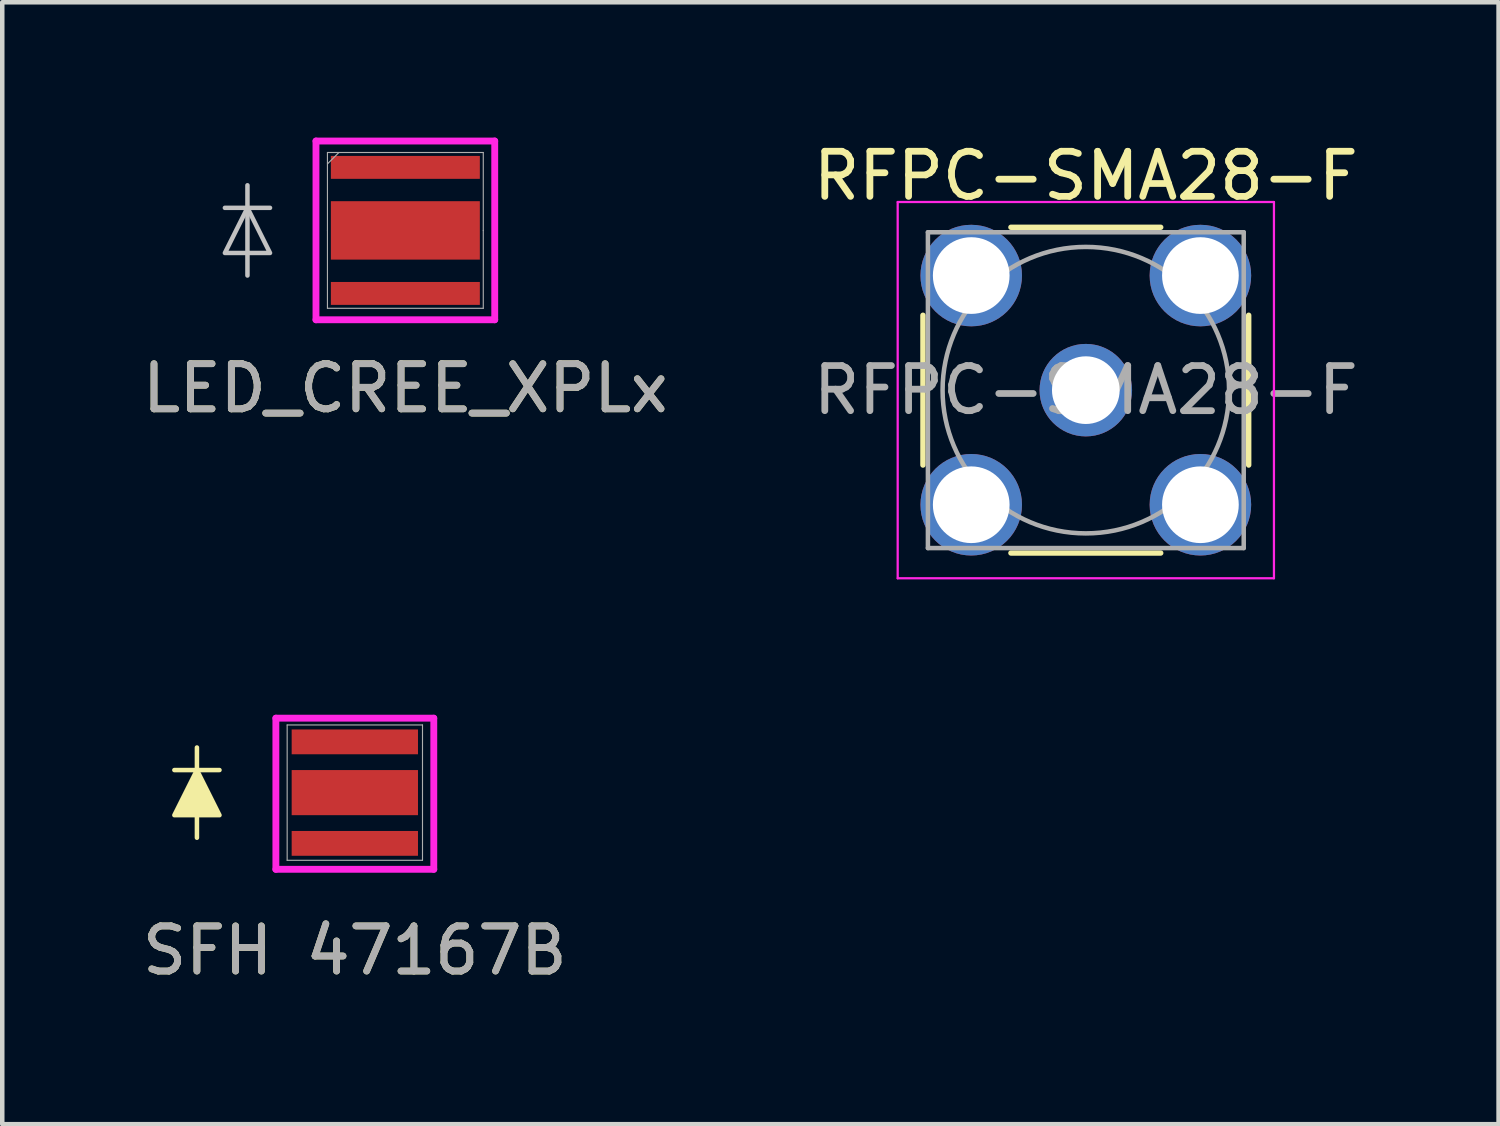
<source format=kicad_pcb>
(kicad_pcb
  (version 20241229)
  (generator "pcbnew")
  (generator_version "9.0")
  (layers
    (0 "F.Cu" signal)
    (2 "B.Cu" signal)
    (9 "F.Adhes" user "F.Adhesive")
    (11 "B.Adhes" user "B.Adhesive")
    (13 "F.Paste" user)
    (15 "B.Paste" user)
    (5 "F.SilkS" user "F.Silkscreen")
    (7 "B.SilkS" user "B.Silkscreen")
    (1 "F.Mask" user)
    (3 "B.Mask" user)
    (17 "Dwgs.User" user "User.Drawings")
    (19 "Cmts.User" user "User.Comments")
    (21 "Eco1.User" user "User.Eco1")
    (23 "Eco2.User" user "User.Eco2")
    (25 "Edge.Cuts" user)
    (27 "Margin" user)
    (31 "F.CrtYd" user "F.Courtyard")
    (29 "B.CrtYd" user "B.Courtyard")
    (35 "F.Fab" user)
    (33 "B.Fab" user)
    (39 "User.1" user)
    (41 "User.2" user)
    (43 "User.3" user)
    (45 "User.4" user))
  (footprint "RFPC-SMA28-F"
    (layer "F.Cu")
    (at 21.018 5.598)
    (property "Reference" "RFPC-SMA28-F" (at 0 -4.75 0) (layer "F.SilkS") (effects (font (size 1 1) (thickness 0.15))))
    (attr through_hole)
    (fp_line (start -3.61 -1.66) (end -3.61 1.66) (stroke (width 0.12) (type solid)) (layer "F.SilkS"))
    (fp_line (start -1.66 -3.61) (end 1.66 -3.61) (stroke (width 0.12) (type solid)) (layer "F.SilkS"))
    (fp_line (start -1.66 3.61) (end 1.66 3.61) (stroke (width 0.12) (type solid)) (layer "F.SilkS"))
    (fp_line (start 3.61 -1.66) (end 3.61 1.66) (stroke (width 0.12) (type solid)) (layer "F.SilkS"))
    (fp_line (start -4.17 -4.17) (end -4.17 4.17) (stroke (width 0.05) (type solid)) (layer "F.CrtYd"))
    (fp_line (start -4.17 -4.17) (end 4.17 -4.17) (stroke (width 0.05) (type solid)) (layer "F.CrtYd"))
    (fp_line (start 4.17 4.17) (end -4.17 4.17) (stroke (width 0.05) (type solid)) (layer "F.CrtYd"))
    (fp_line (start 4.17 4.17) (end 4.17 -4.17) (stroke (width 0.05) (type solid)) (layer "F.CrtYd"))
    (fp_line (start -3.5 -3.5) (end -3.5 3.5) (stroke (width 0.1) (type solid)) (layer "F.Fab"))
    (fp_line (start -3.5 -3.5) (end 3.5 -3.5) (stroke (width 0.1) (type solid)) (layer "F.Fab"))
    (fp_line (start -3.5 3.5) (end 3.5 3.5) (stroke (width 0.1) (type solid)) (layer "F.Fab"))
    (fp_line (start 3.5 -3.5) (end 3.5 3.5) (stroke (width 0.1) (type solid)) (layer "F.Fab"))
    (fp_circle (center 0 0) (end 3.175 0) (stroke (width 0.1) (type solid)) (fill no) (layer "F.Fab"))
    (fp_text user "${REFERENCE}" (at 0 0 0) (layer "F.Fab") (effects (font (size 1 1) (thickness 0.15))))
    (pad "1" thru_hole circle (at 0 0) (size 2.05 2.05) (drill 1.5) (layers "*.Cu" "*.Mask"))
    (pad "2" thru_hole circle (at -2.54 -2.54) (size 2.25 2.25) (drill 1.7) (layers "*.Cu" "*.Mask"))
    (pad "2" thru_hole circle (at -2.54 2.54) (size 2.25 2.25) (drill 1.7) (layers "*.Cu" "*.Mask"))
    (pad "2" thru_hole circle (at 2.54 -2.54) (size 2.25 2.25) (drill 1.7) (layers "*.Cu" "*.Mask"))
    (pad "2" thru_hole circle (at 2.54 2.54) (size 2.25 2.25) (drill 1.7) (layers "*.Cu" "*.Mask")))
  (footprint "SFH 47167B"
    (layer "F.Cu")
    (at 4.815 14.519)
    (property "Reference" "SFH 47167B" (at 0 3.5 0) (unlocked yes) (layer "F.SilkS") (effects (font (size 1 1) (thickness 0.15))))
    (attr smd)
    (fp_line (start -4 -0.5) (end -3 -0.5) (stroke (width 0.1) (type default)) (layer "F.SilkS"))
    (fp_line (start -3.5 -1) (end -3.5 1) (stroke (width 0.1) (type default)) (layer "F.SilkS"))
    (fp_poly (pts (xy -4 0.5) (xy -3.5 -0.5) (xy -3 0.5)) (stroke (width 0.1) (type solid)) (fill yes) (layer "F.SilkS"))
    (fp_line (start -1.75 -1.65) (end 1.75 -1.65) (stroke (width 0.152) (type solid)) (layer "F.CrtYd"))
    (fp_line (start -1.75 1.7) (end -1.75 -1.65) (stroke (width 0.152) (type solid)) (layer "F.CrtYd"))
    (fp_line (start 1.75 -1.65) (end 1.75 1.7) (stroke (width 0.152) (type solid)) (layer "F.CrtYd"))
    (fp_line (start 1.75 1.7) (end -1.75 1.7) (stroke (width 0.152) (type solid)) (layer "F.CrtYd"))
    (fp_line (start -1.5 -1.5) (end 1.5 -1.5) (stroke (width 0.025) (type solid)) (layer "F.Fab"))
    (fp_line (start -1.5 1.5) (end -1.5 -1.5) (stroke (width 0.025) (type solid)) (layer "F.Fab"))
    (fp_line (start -1.5 1.5) (end 1.5 1.5) (stroke (width 0.025) (type solid)) (layer "F.Fab"))
    (fp_line (start 1.5 1.5) (end 1.5 -1.5) (stroke (width 0.025) (type solid)) (layer "F.Fab"))
    (fp_text user "${REFERENCE}" (at 0 3.5 0) (unlocked yes) (layer "F.Fab") (effects (font (size 1 1) (thickness 0.15))))
    (pad "1" smd rect (at 0 -1.125) (size 2.8 0.55) (layers "F.Cu" "F.Mask" "F.Paste"))
    (pad "2" smd rect (at 0 0) (size 2.8 1) (layers "F.Cu" "F.Mask" "F.Paste"))
    (pad "3" smd rect (at 0 1.125) (size 2.8 0.55) (layers "F.Cu" "F.Mask" "F.Paste")))
  (footprint "LED_CREE_XPLx"
    (layer "F.Cu")
    (at 5.935 2.057)
    (property "Reference" "LED_CREE_XPLx" (at 0 3.5 0) (unlocked yes) (layer "F.SilkS") (effects (font (size 1 1) (thickness 0.15))))
    (attr smd)
    (fp_line (start -4 -0.5) (end -3 -0.5) (stroke (width 0.1) (type default)) (layer "Dwgs.User"))
    (fp_line (start -3.5 -1) (end -3.5 1) (stroke (width 0.1) (type default)) (layer "Dwgs.User"))
    (fp_poly (pts (xy -4 0.5) (xy -3.5 -0.5) (xy -3 0.5)) (stroke (width 0.1) (type solid)) (fill no) (layer "Dwgs.User"))
    (fp_line (start -1.981 -1.981) (end 1.981 -1.981) (stroke (width 0.152) (type solid)) (layer "F.CrtYd"))
    (fp_line (start -1.981 1.981) (end -1.981 -1.981) (stroke (width 0.152) (type solid)) (layer "F.CrtYd"))
    (fp_line (start 1.981 -1.981) (end 1.981 1.981) (stroke (width 0.152) (type solid)) (layer "F.CrtYd"))
    (fp_line (start 1.981 1.981) (end -1.981 1.981) (stroke (width 0.152) (type solid)) (layer "F.CrtYd"))
    (fp_line (start -1.727 -1.727) (end 1.727 -1.727) (stroke (width 0.025) (type solid)) (layer "F.Fab"))
    (fp_line (start -1.727 0) (end -1.727 -1.727) (stroke (width 0.025) (type solid)) (layer "F.Fab"))
    (fp_line (start -1.727 0) (end -1.727 1.727) (stroke (width 0.025) (type solid)) (layer "F.Fab"))
    (fp_line (start -1.727 1.727) (end 1.727 1.727) (stroke (width 0.025) (type solid)) (layer "F.Fab"))
    (fp_line (start -1.473 -1.727) (end -1.727 -1.473) (stroke (width 0.025) (type solid)) (layer "F.Fab"))
    (fp_line (start 1.727 0) (end 1.727 -1.727) (stroke (width 0.025) (type solid)) (layer "F.Fab"))
    (fp_line (start 1.727 0) (end 1.727 1.727) (stroke (width 0.025) (type solid)) (layer "F.Fab"))
    (fp_text user "${REFERENCE}" (at 0 3.5 0) (unlocked yes) (layer "F.Fab") (effects (font (size 1 1) (thickness 0.15))))
    (pad "1" smd rect (at 0 -1.397) (size 3.302 0.508) (layers "F.Cu" "F.Mask" "F.Paste"))
    (pad "2" smd rect (at 0 0) (size 3.302 1.295) (layers "F.Cu" "F.Mask" "F.Paste"))
    (pad "3" smd rect (at 0 1.397) (size 3.302 0.508) (layers "F.Cu" "F.Mask" "F.Paste")))
  (gr_rect
    (start -3 -3)
    (end 30.167 21.868)
    (stroke (width 0.1) (type default))
    (fill no)
    (layer "Edge.Cuts")))
</source>
